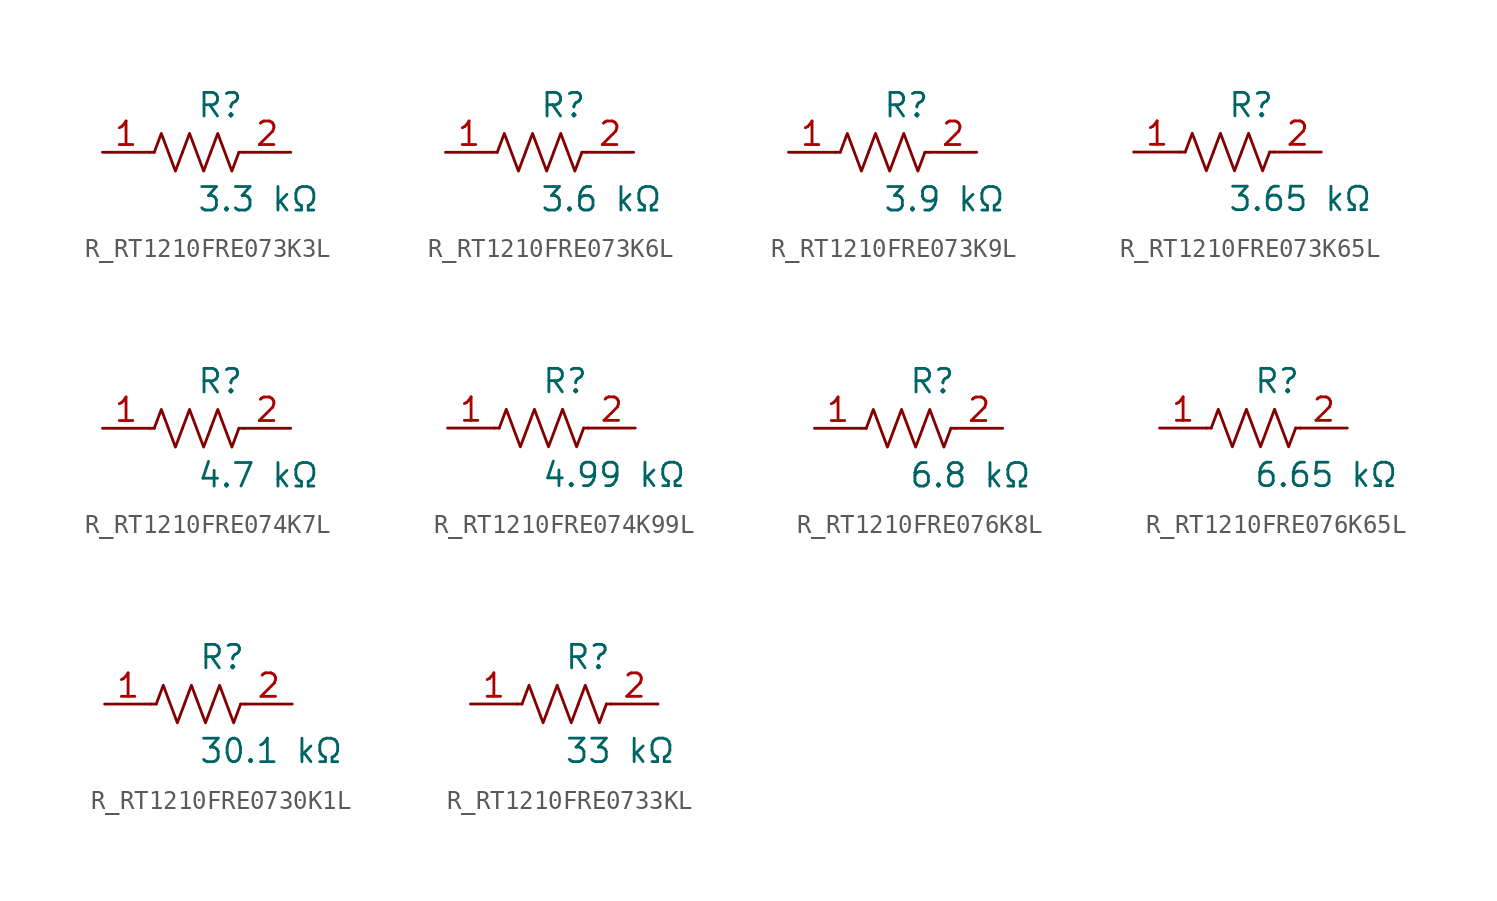
<source format=kicad_sym>
(kicad_symbol_lib
  (version 20231120)
  (generator kicad_symbol_editor)
  (generator_version 8.0)
  (symbol "R_RT1210FRE073K3L"
    (pin_names
      (offset 0.254))
    (property "Reference" "R"
      (at 0 2.54 0)
      (effects (font (size 1.27 1.27)) (justify left)))
    (property "Value" "3.3 kΩ"
      (at 0 -2.54 0)
      (effects (font (size 1.27 1.27)) (justify left)))
    (symbol "R_RT1210FRE073K3L_0_1"
      (polyline (pts (xy 2.286 0) (xy 2.54 0)) (stroke (width 0) (type default)) (fill (type none)))
      (polyline (pts (xy -2.286 0) (xy -2.54 0)) (stroke (width 0) (type default)) (fill (type none)))
      (polyline (pts (xy 0.762 0) (xy 1.143 1.016) (xy 1.524 0) (xy 1.905 -1.016) (xy 2.286 0)) (stroke (width 0) (type default)) (fill (type none)))
      (polyline (pts (xy -0.762 0) (xy -0.381 1.016) (xy 0 0) (xy 0.381 -1.016) (xy 0.762 0)) (stroke (width 0) (type default)) (fill (type none)))
      (polyline (pts (xy -2.286 0) (xy -1.905 1.016) (xy -1.524 0) (xy -1.143 -1.016) (xy -0.762 0)) (stroke (width 0) (type default)) (fill (type none))))
    (pin unspecified line
      (at -5.08 0 0)
      (length 2.54)
      (name "" (effects (font (size 1.27 1.27))))
      (number "1" (effects (font (size 1.27 1.27)))))
    (pin unspecified line
      (at 5.08 0 180)
      (length 2.54)
      (name "" (effects (font (size 1.27 1.27))))
      (number "2" (effects (font (size 1.27 1.27))))))
  (symbol "R_RT1210FRE073K6L"
    (pin_names
      (offset 0.254))
    (property "Reference" "R"
      (at 0 2.54 0)
      (effects (font (size 1.27 1.27)) (justify left)))
    (property "Value" "3.6 kΩ"
      (at 0 -2.54 0)
      (effects (font (size 1.27 1.27)) (justify left)))
    (symbol "R_RT1210FRE073K6L_0_1"
      (polyline (pts (xy 2.286 0) (xy 2.54 0)) (stroke (width 0) (type default)) (fill (type none)))
      (polyline (pts (xy -2.286 0) (xy -2.54 0)) (stroke (width 0) (type default)) (fill (type none)))
      (polyline (pts (xy 0.762 0) (xy 1.143 1.016) (xy 1.524 0) (xy 1.905 -1.016) (xy 2.286 0)) (stroke (width 0) (type default)) (fill (type none)))
      (polyline (pts (xy -0.762 0) (xy -0.381 1.016) (xy 0 0) (xy 0.381 -1.016) (xy 0.762 0)) (stroke (width 0) (type default)) (fill (type none)))
      (polyline (pts (xy -2.286 0) (xy -1.905 1.016) (xy -1.524 0) (xy -1.143 -1.016) (xy -0.762 0)) (stroke (width 0) (type default)) (fill (type none))))
    (pin unspecified line
      (at -5.08 0 0)
      (length 2.54)
      (name "" (effects (font (size 1.27 1.27))))
      (number "1" (effects (font (size 1.27 1.27)))))
    (pin unspecified line
      (at 5.08 0 180)
      (length 2.54)
      (name "" (effects (font (size 1.27 1.27))))
      (number "2" (effects (font (size 1.27 1.27))))))
  (symbol "R_RT1210FRE073K9L"
    (pin_names
      (offset 0.254))
    (property "Reference" "R"
      (at 0 2.54 0)
      (effects (font (size 1.27 1.27)) (justify left)))
    (property "Value" "3.9 kΩ"
      (at 0 -2.54 0)
      (effects (font (size 1.27 1.27)) (justify left)))
    (symbol "R_RT1210FRE073K9L_0_1"
      (polyline (pts (xy 2.286 0) (xy 2.54 0)) (stroke (width 0) (type default)) (fill (type none)))
      (polyline (pts (xy -2.286 0) (xy -2.54 0)) (stroke (width 0) (type default)) (fill (type none)))
      (polyline (pts (xy 0.762 0) (xy 1.143 1.016) (xy 1.524 0) (xy 1.905 -1.016) (xy 2.286 0)) (stroke (width 0) (type default)) (fill (type none)))
      (polyline (pts (xy -0.762 0) (xy -0.381 1.016) (xy 0 0) (xy 0.381 -1.016) (xy 0.762 0)) (stroke (width 0) (type default)) (fill (type none)))
      (polyline (pts (xy -2.286 0) (xy -1.905 1.016) (xy -1.524 0) (xy -1.143 -1.016) (xy -0.762 0)) (stroke (width 0) (type default)) (fill (type none))))
    (pin unspecified line
      (at -5.08 0 0)
      (length 2.54)
      (name "" (effects (font (size 1.27 1.27))))
      (number "1" (effects (font (size 1.27 1.27)))))
    (pin unspecified line
      (at 5.08 0 180)
      (length 2.54)
      (name "" (effects (font (size 1.27 1.27))))
      (number "2" (effects (font (size 1.27 1.27))))))
  (symbol "R_RT1210FRE073K65L"
    (pin_names
      (offset 0.254))
    (property "Reference" "R"
      (at 0 2.54 0)
      (effects (font (size 1.27 1.27)) (justify left)))
    (property "Value" "3.65 kΩ"
      (at 0 -2.54 0)
      (effects (font (size 1.27 1.27)) (justify left)))
    (symbol "R_RT1210FRE073K65L_0_1"
      (polyline (pts (xy 2.286 0) (xy 2.54 0)) (stroke (width 0) (type default)) (fill (type none)))
      (polyline (pts (xy -2.286 0) (xy -2.54 0)) (stroke (width 0) (type default)) (fill (type none)))
      (polyline (pts (xy 0.762 0) (xy 1.143 1.016) (xy 1.524 0) (xy 1.905 -1.016) (xy 2.286 0)) (stroke (width 0) (type default)) (fill (type none)))
      (polyline (pts (xy -0.762 0) (xy -0.381 1.016) (xy 0 0) (xy 0.381 -1.016) (xy 0.762 0)) (stroke (width 0) (type default)) (fill (type none)))
      (polyline (pts (xy -2.286 0) (xy -1.905 1.016) (xy -1.524 0) (xy -1.143 -1.016) (xy -0.762 0)) (stroke (width 0) (type default)) (fill (type none))))
    (pin unspecified line
      (at -5.08 0 0)
      (length 2.54)
      (name "" (effects (font (size 1.27 1.27))))
      (number "1" (effects (font (size 1.27 1.27)))))
    (pin unspecified line
      (at 5.08 0 180)
      (length 2.54)
      (name "" (effects (font (size 1.27 1.27))))
      (number "2" (effects (font (size 1.27 1.27))))))
  (symbol "R_RT1210FRE074K7L"
    (pin_names
      (offset 0.254))
    (property "Reference" "R"
      (at 0 2.54 0)
      (effects (font (size 1.27 1.27)) (justify left)))
    (property "Value" "4.7 kΩ"
      (at 0 -2.54 0)
      (effects (font (size 1.27 1.27)) (justify left)))
    (symbol "R_RT1210FRE074K7L_0_1"
      (polyline (pts (xy 2.286 0) (xy 2.54 0)) (stroke (width 0) (type default)) (fill (type none)))
      (polyline (pts (xy -2.286 0) (xy -2.54 0)) (stroke (width 0) (type default)) (fill (type none)))
      (polyline (pts (xy 0.762 0) (xy 1.143 1.016) (xy 1.524 0) (xy 1.905 -1.016) (xy 2.286 0)) (stroke (width 0) (type default)) (fill (type none)))
      (polyline (pts (xy -0.762 0) (xy -0.381 1.016) (xy 0 0) (xy 0.381 -1.016) (xy 0.762 0)) (stroke (width 0) (type default)) (fill (type none)))
      (polyline (pts (xy -2.286 0) (xy -1.905 1.016) (xy -1.524 0) (xy -1.143 -1.016) (xy -0.762 0)) (stroke (width 0) (type default)) (fill (type none))))
    (pin unspecified line
      (at -5.08 0 0)
      (length 2.54)
      (name "" (effects (font (size 1.27 1.27))))
      (number "1" (effects (font (size 1.27 1.27)))))
    (pin unspecified line
      (at 5.08 0 180)
      (length 2.54)
      (name "" (effects (font (size 1.27 1.27))))
      (number "2" (effects (font (size 1.27 1.27))))))
  (symbol "R_RT1210FRE074K99L"
    (pin_names
      (offset 0.254))
    (property "Reference" "R"
      (at 0 2.54 0)
      (effects (font (size 1.27 1.27)) (justify left)))
    (property "Value" "4.99 kΩ"
      (at 0 -2.54 0)
      (effects (font (size 1.27 1.27)) (justify left)))
    (symbol "R_RT1210FRE074K99L_0_1"
      (polyline (pts (xy 2.286 0) (xy 2.54 0)) (stroke (width 0) (type default)) (fill (type none)))
      (polyline (pts (xy -2.286 0) (xy -2.54 0)) (stroke (width 0) (type default)) (fill (type none)))
      (polyline (pts (xy 0.762 0) (xy 1.143 1.016) (xy 1.524 0) (xy 1.905 -1.016) (xy 2.286 0)) (stroke (width 0) (type default)) (fill (type none)))
      (polyline (pts (xy -0.762 0) (xy -0.381 1.016) (xy 0 0) (xy 0.381 -1.016) (xy 0.762 0)) (stroke (width 0) (type default)) (fill (type none)))
      (polyline (pts (xy -2.286 0) (xy -1.905 1.016) (xy -1.524 0) (xy -1.143 -1.016) (xy -0.762 0)) (stroke (width 0) (type default)) (fill (type none))))
    (pin unspecified line
      (at -5.08 0 0)
      (length 2.54)
      (name "" (effects (font (size 1.27 1.27))))
      (number "1" (effects (font (size 1.27 1.27)))))
    (pin unspecified line
      (at 5.08 0 180)
      (length 2.54)
      (name "" (effects (font (size 1.27 1.27))))
      (number "2" (effects (font (size 1.27 1.27))))))
  (symbol "R_RT1210FRE076K8L"
    (pin_names
      (offset 0.254))
    (property "Reference" "R"
      (at 0 2.54 0)
      (effects (font (size 1.27 1.27)) (justify left)))
    (property "Value" "6.8 kΩ"
      (at 0 -2.54 0)
      (effects (font (size 1.27 1.27)) (justify left)))
    (symbol "R_RT1210FRE076K8L_0_1"
      (polyline (pts (xy 2.286 0) (xy 2.54 0)) (stroke (width 0) (type default)) (fill (type none)))
      (polyline (pts (xy -2.286 0) (xy -2.54 0)) (stroke (width 0) (type default)) (fill (type none)))
      (polyline (pts (xy 0.762 0) (xy 1.143 1.016) (xy 1.524 0) (xy 1.905 -1.016) (xy 2.286 0)) (stroke (width 0) (type default)) (fill (type none)))
      (polyline (pts (xy -0.762 0) (xy -0.381 1.016) (xy 0 0) (xy 0.381 -1.016) (xy 0.762 0)) (stroke (width 0) (type default)) (fill (type none)))
      (polyline (pts (xy -2.286 0) (xy -1.905 1.016) (xy -1.524 0) (xy -1.143 -1.016) (xy -0.762 0)) (stroke (width 0) (type default)) (fill (type none))))
    (pin unspecified line
      (at -5.08 0 0)
      (length 2.54)
      (name "" (effects (font (size 1.27 1.27))))
      (number "1" (effects (font (size 1.27 1.27)))))
    (pin unspecified line
      (at 5.08 0 180)
      (length 2.54)
      (name "" (effects (font (size 1.27 1.27))))
      (number "2" (effects (font (size 1.27 1.27))))))
  (symbol "R_RT1210FRE076K65L"
    (pin_names
      (offset 0.254))
    (property "Reference" "R"
      (at 0 2.54 0)
      (effects (font (size 1.27 1.27)) (justify left)))
    (property "Value" "6.65 kΩ"
      (at 0 -2.54 0)
      (effects (font (size 1.27 1.27)) (justify left)))
    (symbol "R_RT1210FRE076K65L_0_1"
      (polyline (pts (xy 2.286 0) (xy 2.54 0)) (stroke (width 0) (type default)) (fill (type none)))
      (polyline (pts (xy -2.286 0) (xy -2.54 0)) (stroke (width 0) (type default)) (fill (type none)))
      (polyline (pts (xy 0.762 0) (xy 1.143 1.016) (xy 1.524 0) (xy 1.905 -1.016) (xy 2.286 0)) (stroke (width 0) (type default)) (fill (type none)))
      (polyline (pts (xy -0.762 0) (xy -0.381 1.016) (xy 0 0) (xy 0.381 -1.016) (xy 0.762 0)) (stroke (width 0) (type default)) (fill (type none)))
      (polyline (pts (xy -2.286 0) (xy -1.905 1.016) (xy -1.524 0) (xy -1.143 -1.016) (xy -0.762 0)) (stroke (width 0) (type default)) (fill (type none))))
    (pin unspecified line
      (at -5.08 0 0)
      (length 2.54)
      (name "" (effects (font (size 1.27 1.27))))
      (number "1" (effects (font (size 1.27 1.27)))))
    (pin unspecified line
      (at 5.08 0 180)
      (length 2.54)
      (name "" (effects (font (size 1.27 1.27))))
      (number "2" (effects (font (size 1.27 1.27))))))
  (symbol "R_RT1210FRE0730K1L"
    (pin_names
      (offset 0.254))
    (property "Reference" "R"
      (at 0 2.54 0)
      (effects (font (size 1.27 1.27)) (justify left)))
    (property "Value" "30.1 kΩ"
      (at 0 -2.54 0)
      (effects (font (size 1.27 1.27)) (justify left)))
    (symbol "R_RT1210FRE0730K1L_0_1"
      (polyline (pts (xy 2.286 0) (xy 2.54 0)) (stroke (width 0) (type default)) (fill (type none)))
      (polyline (pts (xy -2.286 0) (xy -2.54 0)) (stroke (width 0) (type default)) (fill (type none)))
      (polyline (pts (xy 0.762 0) (xy 1.143 1.016) (xy 1.524 0) (xy 1.905 -1.016) (xy 2.286 0)) (stroke (width 0) (type default)) (fill (type none)))
      (polyline (pts (xy -0.762 0) (xy -0.381 1.016) (xy 0 0) (xy 0.381 -1.016) (xy 0.762 0)) (stroke (width 0) (type default)) (fill (type none)))
      (polyline (pts (xy -2.286 0) (xy -1.905 1.016) (xy -1.524 0) (xy -1.143 -1.016) (xy -0.762 0)) (stroke (width 0) (type default)) (fill (type none))))
    (pin unspecified line
      (at -5.08 0 0)
      (length 2.54)
      (name "" (effects (font (size 1.27 1.27))))
      (number "1" (effects (font (size 1.27 1.27)))))
    (pin unspecified line
      (at 5.08 0 180)
      (length 2.54)
      (name "" (effects (font (size 1.27 1.27))))
      (number "2" (effects (font (size 1.27 1.27))))))
  (symbol "R_RT1210FRE0733KL"
    (pin_names
      (offset 0.254))
    (property "Reference" "R"
      (at 0 2.54 0)
      (effects (font (size 1.27 1.27)) (justify left)))
    (property "Value" "33 kΩ"
      (at 0 -2.54 0)
      (effects (font (size 1.27 1.27)) (justify left)))
    (symbol "R_RT1210FRE0733KL_0_1"
      (polyline (pts (xy 2.286 0) (xy 2.54 0)) (stroke (width 0) (type default)) (fill (type none)))
      (polyline (pts (xy -2.286 0) (xy -2.54 0)) (stroke (width 0) (type default)) (fill (type none)))
      (polyline (pts (xy 0.762 0) (xy 1.143 1.016) (xy 1.524 0) (xy 1.905 -1.016) (xy 2.286 0)) (stroke (width 0) (type default)) (fill (type none)))
      (polyline (pts (xy -0.762 0) (xy -0.381 1.016) (xy 0 0) (xy 0.381 -1.016) (xy 0.762 0)) (stroke (width 0) (type default)) (fill (type none)))
      (polyline (pts (xy -2.286 0) (xy -1.905 1.016) (xy -1.524 0) (xy -1.143 -1.016) (xy -0.762 0)) (stroke (width 0) (type default)) (fill (type none))))
    (pin unspecified line
      (at -5.08 0 0)
      (length 2.54)
      (name "" (effects (font (size 1.27 1.27))))
      (number "1" (effects (font (size 1.27 1.27)))))
    (pin unspecified line
      (at 5.08 0 180)
      (length 2.54)
      (name "" (effects (font (size 1.27 1.27))))
      (number "2" (effects (font (size 1.27 1.27)))))))
</source>
